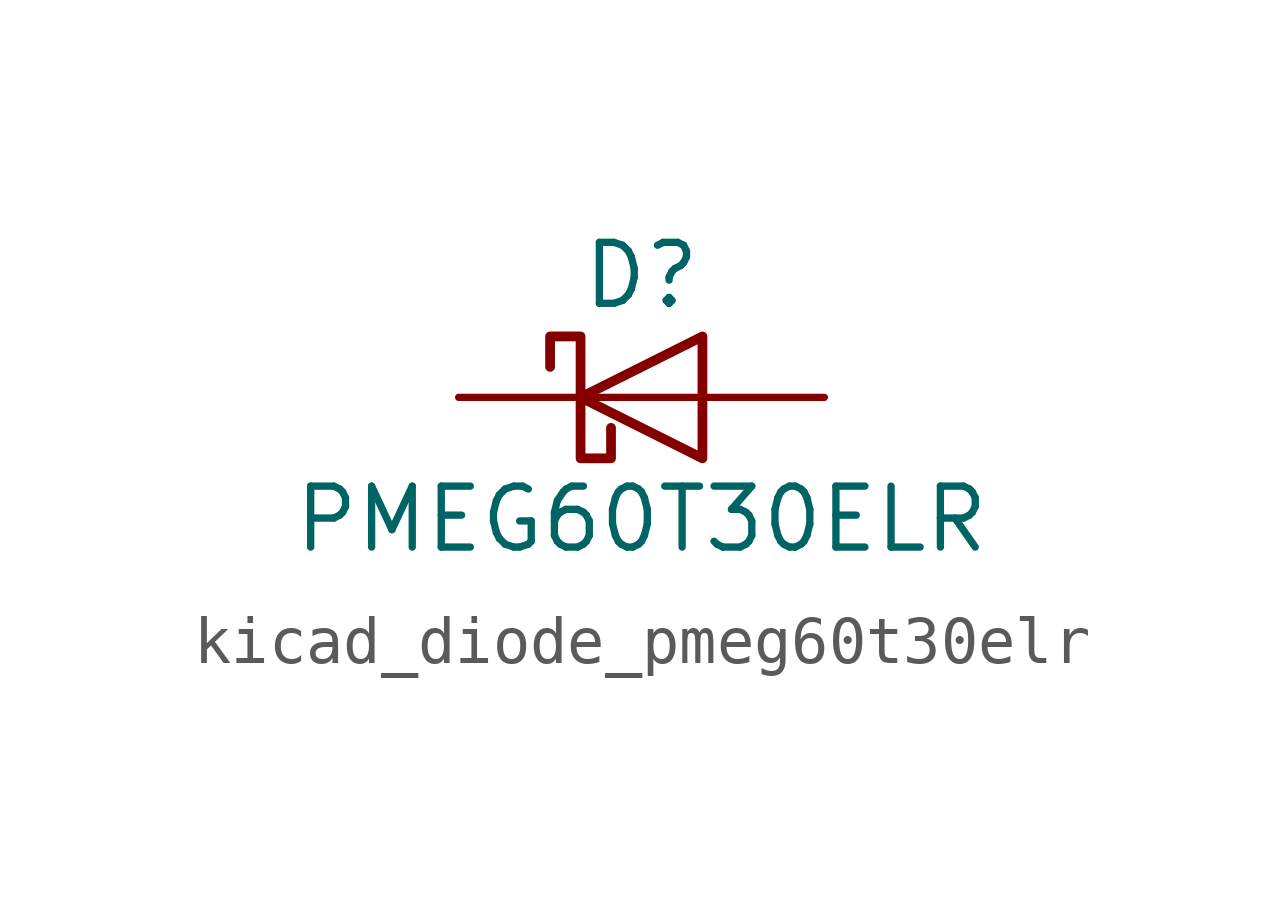
<source format=kicad_sym>
(kicad_symbol_lib
  (version 20220914)
  (generator kicad_symbol_editor)
  (symbol "kicad_diode_pmeg60t30elr"
    (pin_numbers hide)
    (pin_names hide)
    (property "Reference" "D"
      (at 0 2.54 0)
      (effects (font (size 1.27 1.27))))
    (property "Value" "PMEG60T30ELR"
      (at 0 -2.54 0)
      (effects (font (size 1.27 1.27))))
    (symbol "kicad_diode_pmeg60t30elr_0_1"
      (polyline (pts (xy 1.27 0) (xy -1.27 0)) (stroke (width 0) (type default)) (fill (type none)))
      (polyline (pts (xy 1.27 1.27) (xy 1.27 -1.27) (xy -1.27 0) (xy 1.27 1.27)) (stroke (width 0.203) (type default)) (fill (type none)))
      (polyline (pts (xy -1.905 0.635) (xy -1.905 1.27) (xy -1.27 1.27) (xy -1.27 -1.27) (xy -0.635 -1.27) (xy -0.635 -0.635)) (stroke (width 0.203) (type default)) (fill (type none))))
    (symbol "kicad_diode_pmeg60t30elr_1_1"
      (pin passive line (at -3.81 0 0) (length 2.54) (name "K" (effects (font (size 1.27 1.27)))) (number "1" (effects (font (size 1.27 1.27)))))
      (pin passive line (at 3.81 0 180) (length 2.54) (name "A" (effects (font (size 1.27 1.27)))) (number "2" (effects (font (size 1.27 1.27))))))))
</source>
